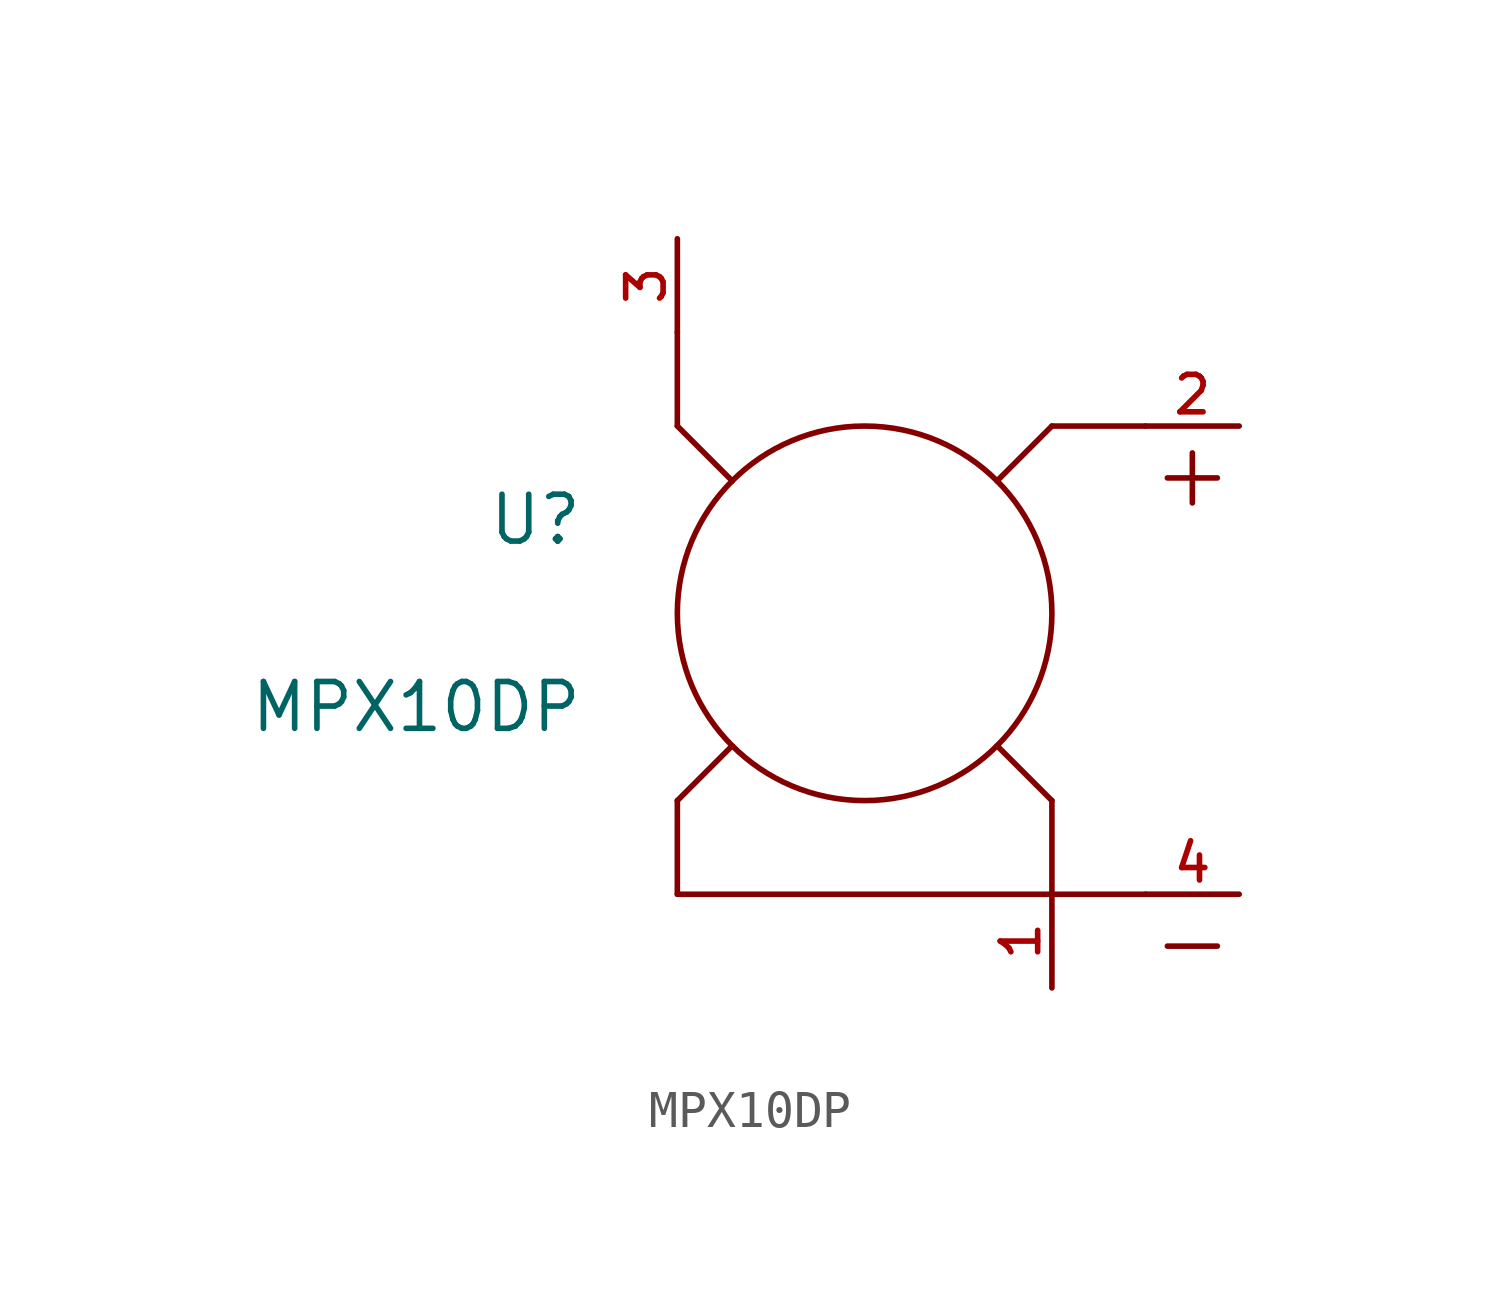
<source format=kicad_sym>
(kicad_symbol_lib
  (version 20211014)
  (generator kicad_symbol_editor)
  (symbol "MPX10DP"
    (pin_names
      (offset 1.016))
    (property "Reference" "U"
      (at -7.62 2.54 0)
      (effects (font (size 1.27 1.27)) (justify right)))
    (property "Value" "MPX10DP"
      (at -7.62 -2.54 0)
      (effects (font (size 1.27 1.27)) (justify right)))
    (symbol "MPX10DP_0_0"
      (circle (center 0.0 0.0) (radius 5.08) (stroke (width 0.152)) (fill (type none)))
      (polyline (pts (xy 7.62 5.08) (xy 5.08 5.08)) (stroke (width 0.152)))
      (polyline (pts (xy 5.08 5.08) (xy 3.598 3.598)) (stroke (width 0.152)))
      (polyline (pts (xy 3.598 3.598) (xy 3.598 3.586)) (stroke (width 0.152)))
      (polyline (pts (xy 5.08 -7.62) (xy 5.08 -5.08)) (stroke (width 0.152)))
      (polyline (pts (xy 5.08 -5.08) (xy 3.6 -3.6)) (stroke (width 0.152)))
      (polyline (pts (xy 3.6 -3.6) (xy 3.584 -3.6)) (stroke (width 0.152)))
      (polyline (pts (xy -5.08 7.62) (xy -5.08 5.08)) (stroke (width 0.152)))
      (polyline (pts (xy -5.08 5.08) (xy -3.594 3.594)) (stroke (width 0.152)))
      (polyline (pts (xy -3.594 3.594) (xy -3.594 3.59)) (stroke (width 0.152)))
      (polyline (pts (xy -5.08 -7.62) (xy 7.62 -7.62)) (stroke (width 0.152)))
      (polyline (pts (xy -5.08 -7.62) (xy -5.08 -5.08)) (stroke (width 0.152)))
      (polyline (pts (xy -5.08 -5.08) (xy -3.604 -3.604)) (stroke (width 0.152)))
      (polyline (pts (xy -3.604 -3.604) (xy -3.58 -3.604)) (stroke (width 0.152)))
      (text "+" (at 8.89 3.81 0) (effects (font (size 1.778 1.778))))
      (text "-" (at 8.89 -8.89 0) (effects (font (size 1.778 1.778))))
      (pin power_in line (at -5.08 10.16 270.0) (length 2.54) (name "~" (effects (font (size 1.016 1.016)))) (number "3" (effects (font (size 1.016 1.016)))))
      (pin power_in line (at 5.08 -10.16 90.0) (length 2.54) (name "~" (effects (font (size 1.016 1.016)))) (number "1" (effects (font (size 1.016 1.016)))))
      (pin output line (at 10.16 5.08 180.0) (length 2.54) (name "~" (effects (font (size 1.016 1.016)))) (number "2" (effects (font (size 1.016 1.016)))))
      (pin output line (at 10.16 -7.62 180.0) (length 2.54) (name "~" (effects (font (size 1.016 1.016)))) (number "4" (effects (font (size 1.016 1.016))))))))
</source>
